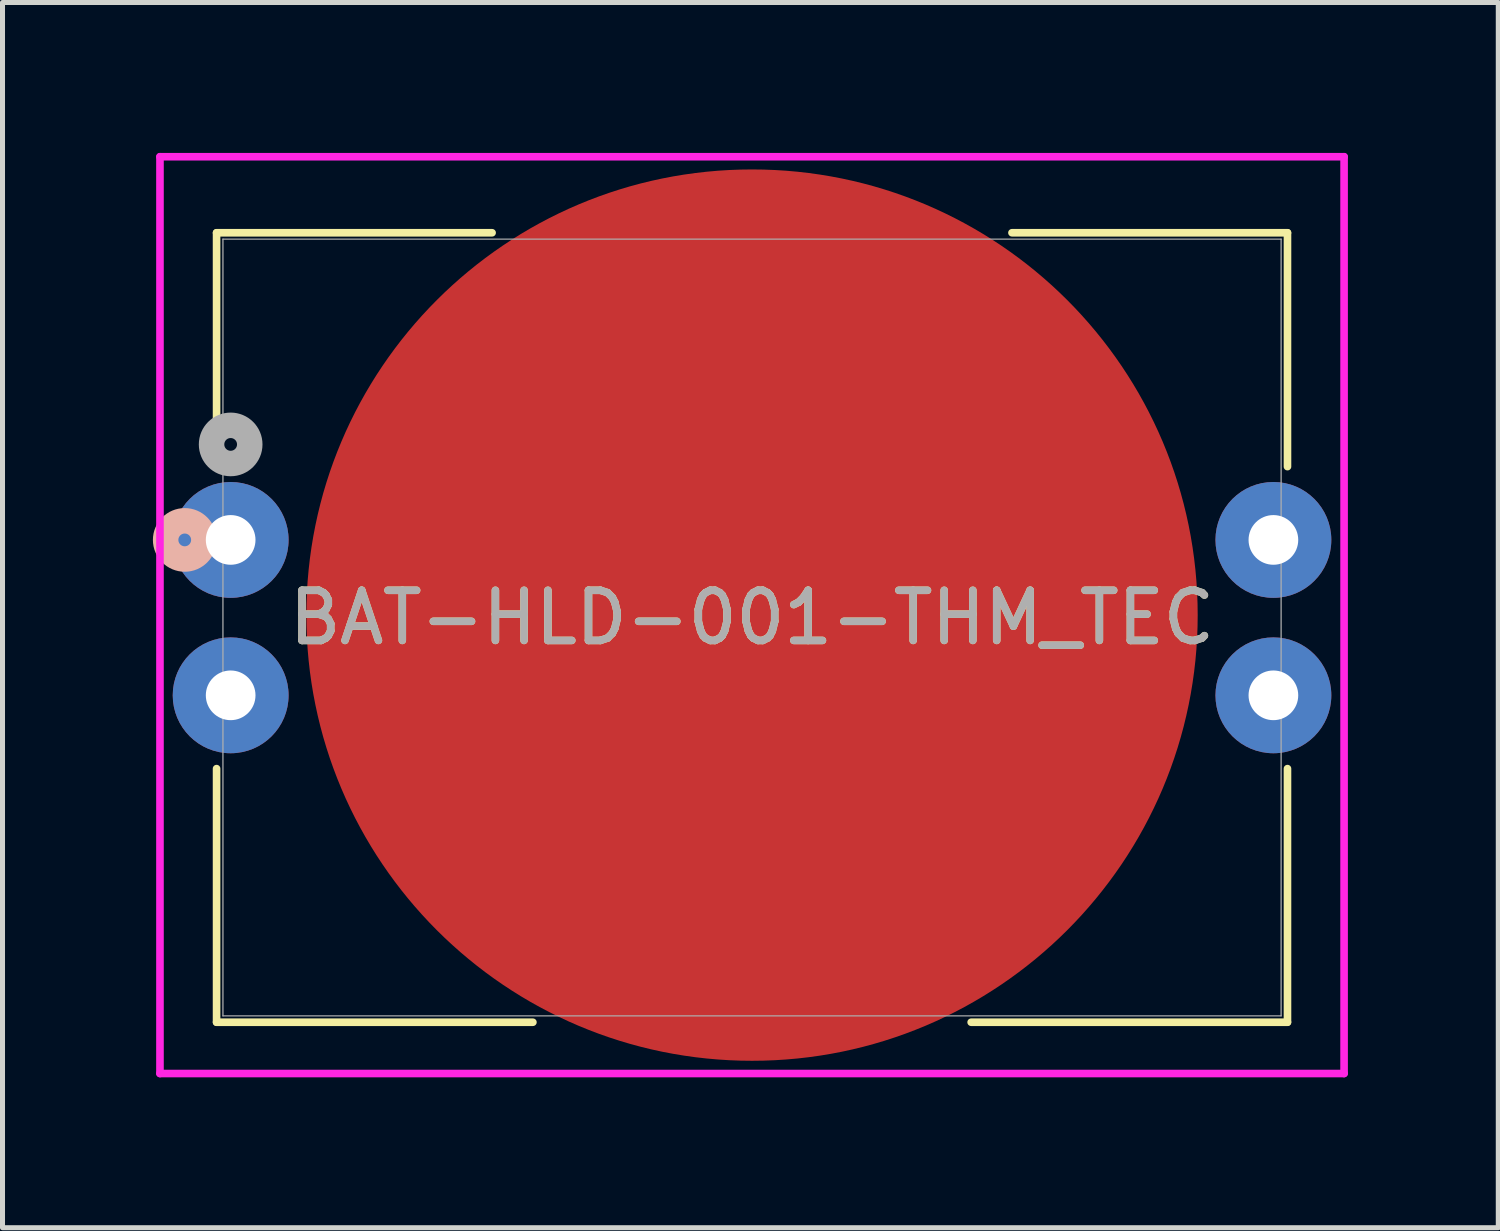
<source format=kicad_pcb>
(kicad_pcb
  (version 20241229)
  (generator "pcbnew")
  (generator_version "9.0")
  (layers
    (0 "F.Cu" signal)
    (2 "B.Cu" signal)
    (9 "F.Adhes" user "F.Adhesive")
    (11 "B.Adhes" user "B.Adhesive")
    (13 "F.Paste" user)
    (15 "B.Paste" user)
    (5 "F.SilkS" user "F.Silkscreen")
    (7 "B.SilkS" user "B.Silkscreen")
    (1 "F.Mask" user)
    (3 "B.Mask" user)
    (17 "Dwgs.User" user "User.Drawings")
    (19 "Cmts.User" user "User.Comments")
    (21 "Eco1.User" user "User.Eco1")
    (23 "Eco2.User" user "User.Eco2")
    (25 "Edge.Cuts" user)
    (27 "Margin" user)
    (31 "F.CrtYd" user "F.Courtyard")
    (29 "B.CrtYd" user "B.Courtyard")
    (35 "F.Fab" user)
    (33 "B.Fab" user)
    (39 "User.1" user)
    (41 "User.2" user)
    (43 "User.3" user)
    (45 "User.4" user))
  (footprint "BAT-HLD-001-THM_TEC"
    (layer "F.Cu")
    (at 1.551 7.72)
    (property "Reference" "BAT-HLD-001-THM_TEC" (at 10.4 1.55 0) (unlocked yes) (layer "F.SilkS") (effects (font (size 1 1) (thickness 0.15))))
    (attr through_hole)
    (fp_line (start -0.281 -6.127) (end -0.281 -1.462) (stroke (width 0.152) (type solid)) (layer "F.SilkS"))
    (fp_line (start -0.281 4.562) (end -0.281 9.621) (stroke (width 0.152) (type solid)) (layer "F.SilkS"))
    (fp_line (start -0.281 9.621) (end 6.029 9.621) (stroke (width 0.152) (type solid)) (layer "F.SilkS"))
    (fp_line (start 5.215 -6.127) (end -0.281 -6.127) (stroke (width 0.152) (type solid)) (layer "F.SilkS"))
    (fp_line (start 14.771 9.621) (end 21.081 9.621) (stroke (width 0.152) (type solid)) (layer "F.SilkS"))
    (fp_line (start 21.081 -6.127) (end 15.585 -6.127) (stroke (width 0.152) (type solid)) (layer "F.SilkS"))
    (fp_line (start 21.081 -1.462) (end 21.081 -6.127) (stroke (width 0.152) (type solid)) (layer "F.SilkS"))
    (fp_line (start 21.081 9.621) (end 21.081 4.562) (stroke (width 0.152) (type solid)) (layer "F.SilkS"))
    (fp_circle (center -0.916 0) (end -0.535 0) (stroke (width 0.508) (type solid)) (fill no) (layer "B.SilkS"))
    (fp_line (start -1.41 -7.644) (end -1.41 10.644) (stroke (width 0.152) (type solid)) (layer "F.CrtYd"))
    (fp_line (start -1.41 10.644) (end 22.21 10.644) (stroke (width 0.152) (type solid)) (layer "F.CrtYd"))
    (fp_line (start 22.21 -7.644) (end -1.41 -7.644) (stroke (width 0.152) (type solid)) (layer "F.CrtYd"))
    (fp_line (start 22.21 10.644) (end 22.21 -7.644) (stroke (width 0.152) (type solid)) (layer "F.CrtYd"))
    (fp_line (start -0.154 -6) (end -0.154 9.494) (stroke (width 0.025) (type solid)) (layer "F.Fab"))
    (fp_line (start -0.154 9.494) (end 20.954 9.494) (stroke (width 0.025) (type solid)) (layer "F.Fab"))
    (fp_line (start 20.954 -6) (end -0.154 -6) (stroke (width 0.025) (type solid)) (layer "F.Fab"))
    (fp_line (start 20.954 9.494) (end 20.954 -6) (stroke (width 0.025) (type solid)) (layer "F.Fab"))
    (fp_circle (center 0 -1.905) (end 0.381 -1.905) (stroke (width 0.508) (type solid)) (fill no) (layer "F.Fab"))
    (fp_text user "${REFERENCE}" (at 10.4 1.55 0) (unlocked yes) (layer "F.Fab") (effects (font (size 1 1) (thickness 0.15))))
    (pad "1" thru_hole circle (at 0 0) (size 2.311 2.311) (drill 0.991) (layers "*.Cu" "*.Mask"))
    (pad "2" thru_hole circle (at 0 3.1) (size 2.311 2.311) (drill 0.991) (layers "*.Cu" "*.Mask"))
    (pad "3" thru_hole circle (at 20.8 0) (size 2.311 2.311) (drill 0.991) (layers "*.Cu" "*.Mask"))
    (pad "4" thru_hole circle (at 20.8 3.1) (size 2.311 2.311) (drill 0.991) (layers "*.Cu" "*.Mask"))
    (pad "5" smd circle (at 10.4 1.5) (size 17.78 17.78) (layers "F.Cu" "F.Mask" "F.Paste")))
  (gr_rect
    (start -3 -3)
    (end 26.837 21.44)
    (stroke (width 0.1) (type default))
    (fill no)
    (layer "Edge.Cuts")))
</source>
